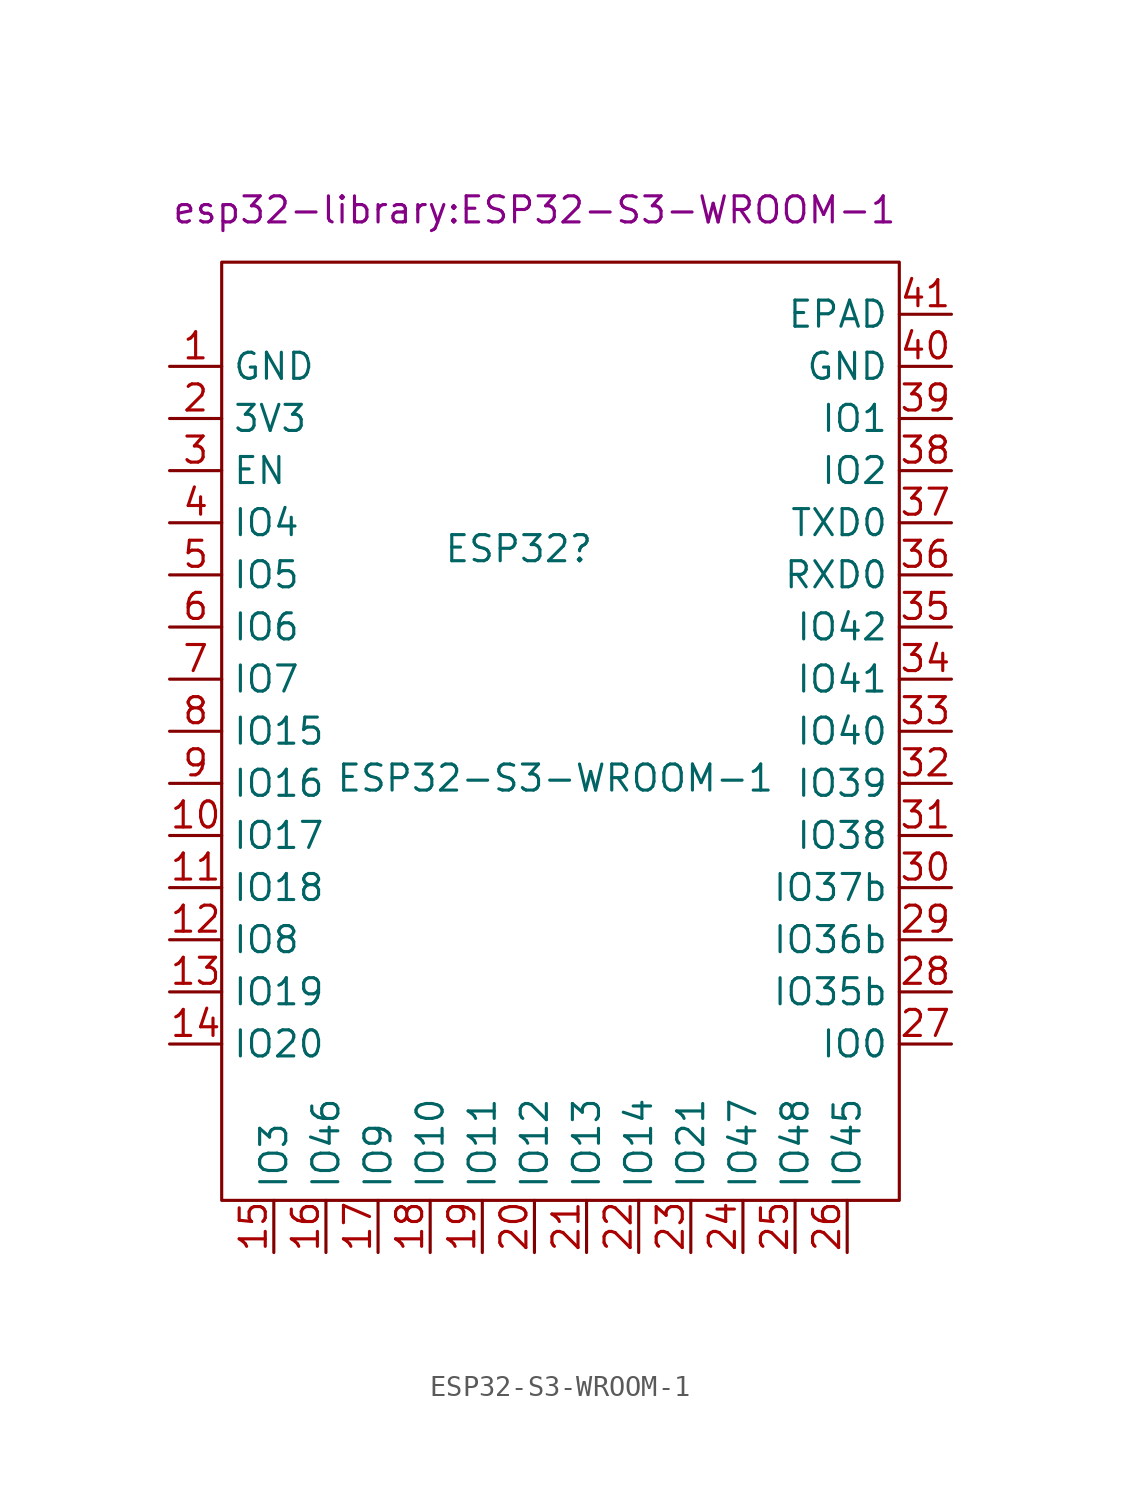
<source format=kicad_sym>
(kicad_symbol_lib
  (version 20211014)
  (generator kicad_symbol_editor)
  (symbol "ESP32-S3-WROOM-1"
    (property "Reference" "ESP32"
      (at -0.762 6.35 0)
      (effects (font (size 1.27 1.27))))
    (property "Value" "ESP32-S3-WROOM-1"
      (at 1.016 -4.826 0)
      (effects (font (size 1.27 1.27))))
    (property "Footprint" "esp32-library:ESP32-S3-WROOM-1"
      (at 0 22.86 0)
      (effects (font (size 1.27 1.27))))
    (symbol "ESP32-S3-WROOM-1_0_1"
      (rectangle (start -15.24 20.32) (end 17.78 -25.4) (stroke (width 0) (type default) (color 0 0 0 0)) (fill (type none))))
    (symbol "ESP32-S3-WROOM-1_1_1"
      (pin power_in line (at -17.78 15.24 0) (length 2.54) (name "GND" (effects (font (size 1.27 1.27)))) (number "1" (effects (font (size 1.27 1.27)))))
      (pin tri_state line (at -17.78 -7.62 0) (length 2.54) (name "IO17" (effects (font (size 1.27 1.27)))) (number "10" (effects (font (size 1.27 1.27)))))
      (pin tri_state line (at -17.78 -10.16 0) (length 2.54) (name "IO18" (effects (font (size 1.27 1.27)))) (number "11" (effects (font (size 1.27 1.27)))))
      (pin tri_state line (at -17.78 -12.7 0) (length 2.54) (name "IO8" (effects (font (size 1.27 1.27)))) (number "12" (effects (font (size 1.27 1.27)))))
      (pin tri_state line (at -17.78 -15.24 0) (length 2.54) (name "IO19" (effects (font (size 1.27 1.27)))) (number "13" (effects (font (size 1.27 1.27)))))
      (pin tri_state line (at -17.78 -17.78 0) (length 2.54) (name "IO20" (effects (font (size 1.27 1.27)))) (number "14" (effects (font (size 1.27 1.27)))))
      (pin tri_state line (at -12.7 -27.94 90) (length 2.54) (name "IO3" (effects (font (size 1.27 1.27)))) (number "15" (effects (font (size 1.27 1.27)))))
      (pin tri_state line (at -10.16 -27.94 90) (length 2.54) (name "IO46" (effects (font (size 1.27 1.27)))) (number "16" (effects (font (size 1.27 1.27)))))
      (pin tri_state line (at -7.62 -27.94 90) (length 2.54) (name "IO9" (effects (font (size 1.27 1.27)))) (number "17" (effects (font (size 1.27 1.27)))))
      (pin tri_state line (at -5.08 -27.94 90) (length 2.54) (name "IO10" (effects (font (size 1.27 1.27)))) (number "18" (effects (font (size 1.27 1.27)))))
      (pin tri_state line (at -2.54 -27.94 90) (length 2.54) (name "IO11" (effects (font (size 1.27 1.27)))) (number "19" (effects (font (size 1.27 1.27)))))
      (pin power_in line (at -17.78 12.7 0) (length 2.54) (name "3V3" (effects (font (size 1.27 1.27)))) (number "2" (effects (font (size 1.27 1.27)))))
      (pin tri_state line (at 0 -27.94 90) (length 2.54) (name "IO12" (effects (font (size 1.27 1.27)))) (number "20" (effects (font (size 1.27 1.27)))))
      (pin tri_state line (at 2.54 -27.94 90) (length 2.54) (name "IO13" (effects (font (size 1.27 1.27)))) (number "21" (effects (font (size 1.27 1.27)))))
      (pin tri_state line (at 5.08 -27.94 90) (length 2.54) (name "IO14" (effects (font (size 1.27 1.27)))) (number "22" (effects (font (size 1.27 1.27)))))
      (pin tri_state line (at 7.62 -27.94 90) (length 2.54) (name "IO21" (effects (font (size 1.27 1.27)))) (number "23" (effects (font (size 1.27 1.27)))))
      (pin tri_state line (at 10.16 -27.94 90) (length 2.54) (name "IO47" (effects (font (size 1.27 1.27)))) (number "24" (effects (font (size 1.27 1.27)))))
      (pin tri_state line (at 12.7 -27.94 90) (length 2.54) (name "IO48" (effects (font (size 1.27 1.27)))) (number "25" (effects (font (size 1.27 1.27)))))
      (pin tri_state line (at 15.24 -27.94 90) (length 2.54) (name "IO45" (effects (font (size 1.27 1.27)))) (number "26" (effects (font (size 1.27 1.27)))))
      (pin tri_state line (at 20.32 -17.78 180) (length 2.54) (name "IO0" (effects (font (size 1.27 1.27)))) (number "27" (effects (font (size 1.27 1.27)))))
      (pin tri_state line (at 20.32 -15.24 180) (length 2.54) (name "IO35b" (effects (font (size 1.27 1.27)))) (number "28" (effects (font (size 1.27 1.27)))))
      (pin tri_state line (at 20.32 -12.7 180) (length 2.54) (name "IO36b" (effects (font (size 1.27 1.27)))) (number "29" (effects (font (size 1.27 1.27)))))
      (pin input line (at -17.78 10.16 0) (length 2.54) (name "EN" (effects (font (size 1.27 1.27)))) (number "3" (effects (font (size 1.27 1.27)))))
      (pin tri_state line (at 20.32 -10.16 180) (length 2.54) (name "IO37b" (effects (font (size 1.27 1.27)))) (number "30" (effects (font (size 1.27 1.27)))))
      (pin tri_state line (at 20.32 -7.62 180) (length 2.54) (name "IO38" (effects (font (size 1.27 1.27)))) (number "31" (effects (font (size 1.27 1.27)))))
      (pin tri_state line (at 20.32 -5.08 180) (length 2.54) (name "IO39" (effects (font (size 1.27 1.27)))) (number "32" (effects (font (size 1.27 1.27)))))
      (pin tri_state line (at 20.32 -2.54 180) (length 2.54) (name "IO40" (effects (font (size 1.27 1.27)))) (number "33" (effects (font (size 1.27 1.27)))))
      (pin tri_state line (at 20.32 0 180) (length 2.54) (name "IO41" (effects (font (size 1.27 1.27)))) (number "34" (effects (font (size 1.27 1.27)))))
      (pin tri_state line (at 20.32 2.54 180) (length 2.54) (name "IO42" (effects (font (size 1.27 1.27)))) (number "35" (effects (font (size 1.27 1.27)))))
      (pin tri_state line (at 20.32 5.08 180) (length 2.54) (name "RXD0" (effects (font (size 1.27 1.27)))) (number "36" (effects (font (size 1.27 1.27)))))
      (pin tri_state line (at 20.32 7.62 180) (length 2.54) (name "TXD0" (effects (font (size 1.27 1.27)))) (number "37" (effects (font (size 1.27 1.27)))))
      (pin tri_state line (at 20.32 10.16 180) (length 2.54) (name "IO2" (effects (font (size 1.27 1.27)))) (number "38" (effects (font (size 1.27 1.27)))))
      (pin tri_state line (at 20.32 12.7 180) (length 2.54) (name "IO1" (effects (font (size 1.27 1.27)))) (number "39" (effects (font (size 1.27 1.27)))))
      (pin tri_state line (at -17.78 7.62 0) (length 2.54) (name "IO4" (effects (font (size 1.27 1.27)))) (number "4" (effects (font (size 1.27 1.27)))))
      (pin power_in line (at 20.32 15.24 180) (length 2.54) (name "GND" (effects (font (size 1.27 1.27)))) (number "40" (effects (font (size 1.27 1.27)))))
      (pin power_in line (at 20.32 17.78 180) (length 2.54) (name "EPAD" (effects (font (size 1.27 1.27)))) (number "41" (effects (font (size 1.27 1.27)))))
      (pin tri_state line (at -17.78 5.08 0) (length 2.54) (name "IO5" (effects (font (size 1.27 1.27)))) (number "5" (effects (font (size 1.27 1.27)))))
      (pin tri_state line (at -17.78 2.54 0) (length 2.54) (name "IO6" (effects (font (size 1.27 1.27)))) (number "6" (effects (font (size 1.27 1.27)))))
      (pin tri_state line (at -17.78 0 0) (length 2.54) (name "IO7" (effects (font (size 1.27 1.27)))) (number "7" (effects (font (size 1.27 1.27)))))
      (pin tri_state line (at -17.78 -2.54 0) (length 2.54) (name "IO15" (effects (font (size 1.27 1.27)))) (number "8" (effects (font (size 1.27 1.27)))))
      (pin tri_state line (at -17.78 -5.08 0) (length 2.54) (name "IO16" (effects (font (size 1.27 1.27)))) (number "9" (effects (font (size 1.27 1.27))))))))
</source>
